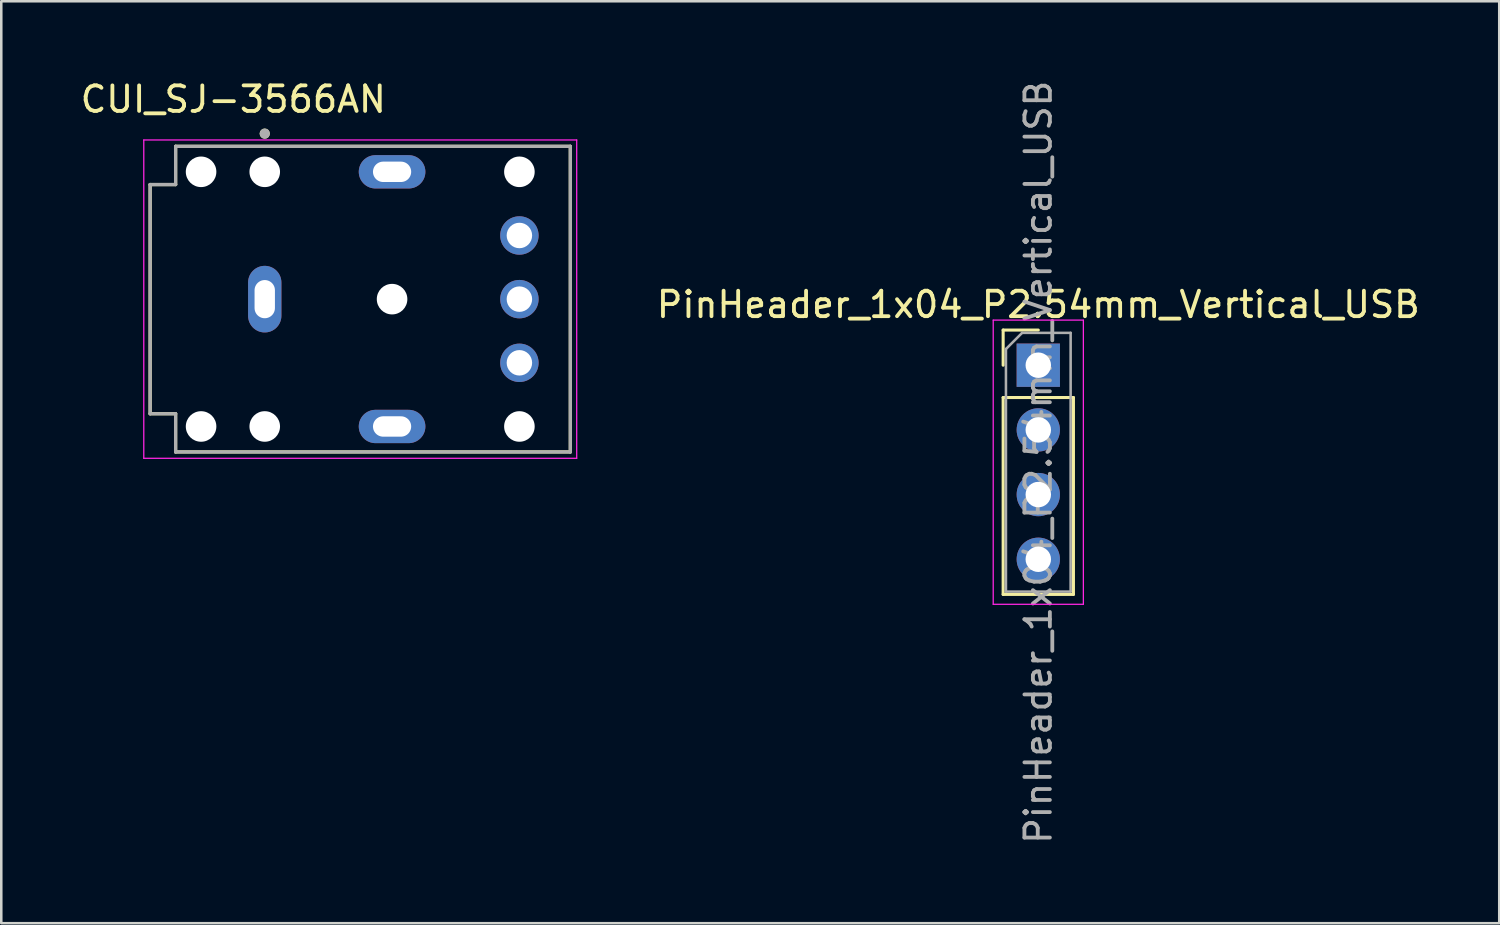
<source format=kicad_pcb>
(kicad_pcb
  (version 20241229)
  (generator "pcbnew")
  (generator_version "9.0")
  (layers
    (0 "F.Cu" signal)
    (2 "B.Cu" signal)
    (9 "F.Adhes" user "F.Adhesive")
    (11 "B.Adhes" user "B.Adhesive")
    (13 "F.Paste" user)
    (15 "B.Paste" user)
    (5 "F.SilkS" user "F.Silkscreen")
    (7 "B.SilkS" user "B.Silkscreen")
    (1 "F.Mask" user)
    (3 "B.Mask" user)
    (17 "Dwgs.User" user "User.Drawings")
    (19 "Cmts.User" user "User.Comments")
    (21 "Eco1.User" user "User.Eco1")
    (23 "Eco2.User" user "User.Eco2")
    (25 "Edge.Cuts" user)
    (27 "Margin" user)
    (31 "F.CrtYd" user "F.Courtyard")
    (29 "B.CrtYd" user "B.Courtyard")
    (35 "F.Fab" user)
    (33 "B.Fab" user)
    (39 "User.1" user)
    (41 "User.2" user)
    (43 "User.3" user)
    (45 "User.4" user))
  (footprint "PinHeader_1x04_P2.54mm_Vertical_USB"
    (layer "F.Cu")
    (at 37.722 11.291)
    (property "Reference" "PinHeader_1x04_P2.54mm_Vertical_USB" (at 0 -2.38 0) (layer "F.SilkS") (effects (font (size 1 1) (thickness 0.15))))
    (attr through_hole exclude_from_bom dnp)
    (fp_line (start -1.38 -1.38) (end 0 -1.38) (stroke (width 0.12) (type solid)) (layer "F.SilkS"))
    (fp_line (start -1.38 0) (end -1.38 -1.38) (stroke (width 0.12) (type solid)) (layer "F.SilkS"))
    (fp_line (start -1.38 1.27) (end -1.38 9) (stroke (width 0.12) (type solid)) (layer "F.SilkS"))
    (fp_line (start -1.38 1.27) (end 1.38 1.27) (stroke (width 0.12) (type solid)) (layer "F.SilkS"))
    (fp_line (start -1.38 9) (end 1.38 9) (stroke (width 0.12) (type solid)) (layer "F.SilkS"))
    (fp_line (start 1.38 1.27) (end 1.38 9) (stroke (width 0.12) (type solid)) (layer "F.SilkS"))
    (fp_line (start -1.77 -1.77) (end -1.77 9.39) (stroke (width 0.05) (type solid)) (layer "F.CrtYd"))
    (fp_line (start -1.77 9.39) (end 1.77 9.39) (stroke (width 0.05) (type solid)) (layer "F.CrtYd"))
    (fp_line (start 1.77 -1.77) (end -1.77 -1.77) (stroke (width 0.05) (type solid)) (layer "F.CrtYd"))
    (fp_line (start 1.77 9.39) (end 1.77 -1.77) (stroke (width 0.05) (type solid)) (layer "F.CrtYd"))
    (fp_line (start -1.27 -0.635) (end -0.635 -1.27) (stroke (width 0.1) (type solid)) (layer "F.Fab"))
    (fp_line (start -1.27 8.89) (end -1.27 -0.635) (stroke (width 0.1) (type solid)) (layer "F.Fab"))
    (fp_line (start -0.635 -1.27) (end 1.27 -1.27) (stroke (width 0.1) (type solid)) (layer "F.Fab"))
    (fp_line (start 1.27 -1.27) (end 1.27 8.89) (stroke (width 0.1) (type solid)) (layer "F.Fab"))
    (fp_line (start 1.27 8.89) (end -1.27 8.89) (stroke (width 0.1) (type solid)) (layer "F.Fab"))
    (fp_text user "${REFERENCE}" (at 0 3.81 90) (layer "F.Fab") (effects (font (size 1 1) (thickness 0.15))))
    (pad "D+" thru_hole circle (at 0 2.54) (size 1.7 1.7) (drill 1) (layers "*.Cu" "*.Mask"))
    (pad "D-" thru_hole circle (at 0 5.08) (size 1.7 1.7) (drill 1) (layers "*.Cu" "*.Mask"))
    (pad "GND" thru_hole circle (at 0 7.62) (size 1.7 1.7) (drill 1) (layers "*.Cu" "*.Mask"))
    (pad "VBUS" thru_hole rect (at 0 0) (size 1.7 1.7) (drill 1) (layers "*.Cu" "*.Mask")))
  (footprint "CUI_SJ-3566AN"
    (layer "F.Cu")
    (at 12.346 8.697)
    (property "Reference" "CUI_SJ-3566AN" (at -6.235 -7.848 0) (layer "F.SilkS") (effects (font (size 1.002 1.002) (thickness 0.15))))
    (attr through_hole)
    (fp_line (start -9.5 -4.5) (end -9.5 4.5) (stroke (width 0.127) (type solid)) (layer "F.SilkS"))
    (fp_line (start -9.5 4.5) (end -8.5 4.5) (stroke (width 0.127) (type solid)) (layer "F.SilkS"))
    (fp_line (start -8.5 -6) (end -8.5 -4.5) (stroke (width 0.127) (type solid)) (layer "F.SilkS"))
    (fp_line (start -8.5 -4.5) (end -9.5 -4.5) (stroke (width 0.127) (type solid)) (layer "F.SilkS"))
    (fp_line (start -8.5 4.5) (end -8.5 6) (stroke (width 0.127) (type solid)) (layer "F.SilkS"))
    (fp_line (start -8.5 6) (end 7 6) (stroke (width 0.127) (type solid)) (layer "F.SilkS"))
    (fp_line (start 7 -6) (end -8.5 -6) (stroke (width 0.127) (type solid)) (layer "F.SilkS"))
    (fp_line (start 7 -6) (end 7 6) (stroke (width 0.127) (type solid)) (layer "F.SilkS"))
    (fp_circle (center -5 -6.5) (end -4.9 -6.5) (stroke (width 0.2) (type solid)) (fill no) (layer "F.SilkS"))
    (fp_line (start -9.75 -6.25) (end 7.25 -6.25) (stroke (width 0.05) (type solid)) (layer "F.CrtYd"))
    (fp_line (start -9.75 6.25) (end -9.75 -6.25) (stroke (width 0.05) (type solid)) (layer "F.CrtYd"))
    (fp_line (start 7.25 -6.25) (end 7.25 6.25) (stroke (width 0.05) (type solid)) (layer "F.CrtYd"))
    (fp_line (start 7.25 6.25) (end -9.75 6.25) (stroke (width 0.05) (type solid)) (layer "F.CrtYd"))
    (fp_line (start -9.5 -4.5) (end -8.5 -4.5) (stroke (width 0.127) (type solid)) (layer "F.Fab"))
    (fp_line (start -9.5 4.5) (end -9.5 -4.5) (stroke (width 0.127) (type solid)) (layer "F.Fab"))
    (fp_line (start -8.5 -6) (end 7 -6) (stroke (width 0.127) (type solid)) (layer "F.Fab"))
    (fp_line (start -8.5 -4.5) (end -8.5 -6) (stroke (width 0.127) (type solid)) (layer "F.Fab"))
    (fp_line (start -8.5 4.5) (end -9.5 4.5) (stroke (width 0.127) (type solid)) (layer "F.Fab"))
    (fp_line (start -8.5 6) (end -8.5 4.5) (stroke (width 0.127) (type solid)) (layer "F.Fab"))
    (fp_line (start 7 -6) (end 7 6) (stroke (width 0.127) (type solid)) (layer "F.Fab"))
    (fp_line (start 7 6) (end -8.5 6) (stroke (width 0.127) (type solid)) (layer "F.Fab"))
    (fp_circle (center -5 -6.5) (end -4.9 -6.5) (stroke (width 0.2) (type solid)) (fill no) (layer "F.Fab"))
    (pad "" np_thru_hole circle (at -7.5 -5) (size 1.2 1.2) (drill 1.2) (layers "*.Cu" "*.Mask"))
    (pad "" np_thru_hole circle (at -7.5 5) (size 1.2 1.2) (drill 1.2) (layers "*.Cu" "*.Mask"))
    (pad "" np_thru_hole circle (at -5 -5) (size 1.2 1.2) (drill 1.2) (layers "*.Cu" "*.Mask"))
    (pad "" np_thru_hole circle (at -5 5) (size 1.2 1.2) (drill 1.2) (layers "*.Cu" "*.Mask"))
    (pad "" np_thru_hole circle (at 0 0) (size 1.2 1.2) (drill 1.2) (layers "*.Cu" "*.Mask"))
    (pad "" np_thru_hole circle (at 5 -5) (size 1.2 1.2) (drill 1.2) (layers "*.Cu" "*.Mask"))
    (pad "" np_thru_hole circle (at 5 5) (size 1.2 1.2) (drill 1.2) (layers "*.Cu" "*.Mask"))
    (pad "1" thru_hole oval (at -5 0) (size 1.308 2.616) (drill oval 0.8 1.5) (layers "*.Cu" "*.Mask"))
    (pad "2" thru_hole oval (at 0 5) (size 2.616 1.308) (drill oval 1.5 0.8) (layers "*.Cu" "*.Mask"))
    (pad "3" thru_hole oval (at 0 -5) (size 2.616 1.308) (drill oval 1.5 0.8) (layers "*.Cu" "*.Mask"))
    (pad "4" thru_hole circle (at 5 -2.5) (size 1.508 1.508) (drill 1) (layers "*.Cu" "*.Mask"))
    (pad "5" thru_hole circle (at 5 0) (size 1.508 1.508) (drill 1) (layers "*.Cu" "*.Mask"))
    (pad "6" thru_hole circle (at 5 2.5) (size 1.508 1.508) (drill 1) (layers "*.Cu" "*.Mask")))
  (gr_rect
    (start -3 -3)
    (end 55.823 33.202)
    (stroke (width 0.1) (type default))
    (fill no)
    (layer "Edge.Cuts")))
</source>
